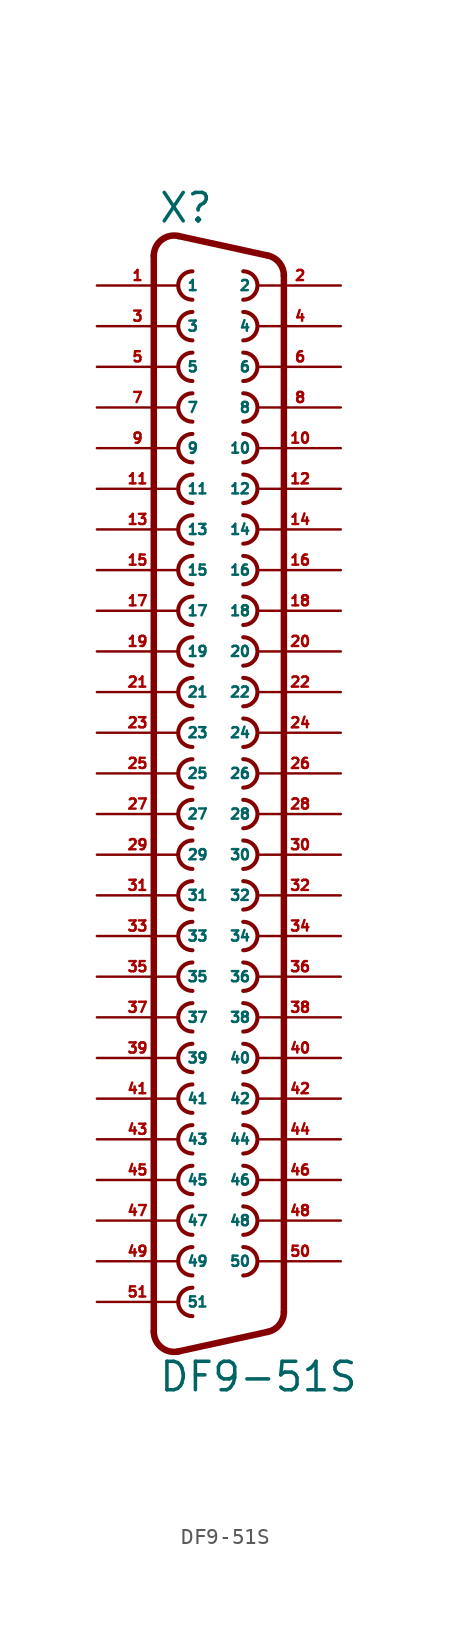
<source format=kicad_sym>
(kicad_symbol_lib
  (version 20220914)
  (generator Eagle2Kicad)
  (symbol "DF9-51S"
    (property "Reference" "X"
      (at -3.81 34.29 0)
      (effects (font (size 1.778 1.778) (thickness 0.22)) (justify left bottom)))
    (property "Value" "DF9-51S"
      (at -3.81 -38.735 0)
      (effects (font (size 1.778 1.778) (thickness 0.22)) (justify left bottom)))
    (arc
      (start -1.651 31.369)
      (mid -2.540 30.480)
      (end -1.651 29.591)
      (stroke (width 0.254) (type default))
      (fill (type none)))
    (arc
      (start 1.524 29.591)
      (mid 2.413 30.480)
      (end 1.524 31.369)
      (stroke (width 0.254) (type default))
      (fill (type none)))
    (arc
      (start -1.651 28.829)
      (mid -2.540 27.940)
      (end -1.651 27.051)
      (stroke (width 0.254) (type default))
      (fill (type none)))
    (arc
      (start 1.524 27.051)
      (mid 2.413 27.940)
      (end 1.524 28.829)
      (stroke (width 0.254) (type default))
      (fill (type none)))
    (arc
      (start -1.651 26.289)
      (mid -2.540 25.400)
      (end -1.651 24.511)
      (stroke (width 0.254) (type default))
      (fill (type none)))
    (arc
      (start 1.524 24.511)
      (mid 2.413 25.400)
      (end 1.524 26.289)
      (stroke (width 0.254) (type default))
      (fill (type none)))
    (arc
      (start -1.651 23.749)
      (mid -2.540 22.860)
      (end -1.651 21.971)
      (stroke (width 0.254) (type default))
      (fill (type none)))
    (arc
      (start 1.524 21.971)
      (mid 2.413 22.860)
      (end 1.524 23.749)
      (stroke (width 0.254) (type default))
      (fill (type none)))
    (arc
      (start -1.651 21.209)
      (mid -2.540 20.320)
      (end -1.651 19.431)
      (stroke (width 0.254) (type default))
      (fill (type none)))
    (arc
      (start 1.524 19.431)
      (mid 2.413 20.320)
      (end 1.524 21.209)
      (stroke (width 0.254) (type default))
      (fill (type none)))
    (arc
      (start -1.651 18.669)
      (mid -2.540 17.780)
      (end -1.651 16.891)
      (stroke (width 0.254) (type default))
      (fill (type none)))
    (arc
      (start 1.524 16.891)
      (mid 2.413 17.780)
      (end 1.524 18.669)
      (stroke (width 0.254) (type default))
      (fill (type none)))
    (arc
      (start -1.651 16.129)
      (mid -2.540 15.240)
      (end -1.651 14.351)
      (stroke (width 0.254) (type default))
      (fill (type none)))
    (arc
      (start 1.524 14.351)
      (mid 2.413 15.240)
      (end 1.524 16.129)
      (stroke (width 0.254) (type default))
      (fill (type none)))
    (arc
      (start -1.651 13.589)
      (mid -2.540 12.700)
      (end -1.651 11.811)
      (stroke (width 0.254) (type default))
      (fill (type none)))
    (arc
      (start 1.524 11.811)
      (mid 2.413 12.700)
      (end 1.524 13.589)
      (stroke (width 0.254) (type default))
      (fill (type none)))
    (arc
      (start -1.651 11.049)
      (mid -2.540 10.160)
      (end -1.651 9.271)
      (stroke (width 0.254) (type default))
      (fill (type none)))
    (arc
      (start 1.524 9.271)
      (mid 2.413 10.160)
      (end 1.524 11.049)
      (stroke (width 0.254) (type default))
      (fill (type none)))
    (arc
      (start -1.651 8.509)
      (mid -2.540 7.620)
      (end -1.651 6.731)
      (stroke (width 0.254) (type default))
      (fill (type none)))
    (arc
      (start 1.524 6.731)
      (mid 2.413 7.620)
      (end 1.524 8.509)
      (stroke (width 0.254) (type default))
      (fill (type none)))
    (arc
      (start -1.651 -6.731)
      (mid -2.540 -7.620)
      (end -1.651 -8.509)
      (stroke (width 0.254) (type default))
      (fill (type none)))
    (arc
      (start 1.524 -8.509)
      (mid 2.413 -7.620)
      (end 1.524 -6.731)
      (stroke (width 0.254) (type default))
      (fill (type none)))
    (arc
      (start -1.651 -9.271)
      (mid -2.540 -10.160)
      (end -1.651 -11.049)
      (stroke (width 0.254) (type default))
      (fill (type none)))
    (arc
      (start 1.524 -11.049)
      (mid 2.413 -10.160)
      (end 1.524 -9.271)
      (stroke (width 0.254) (type default))
      (fill (type none)))
    (arc
      (start -1.651 -11.811)
      (mid -2.540 -12.700)
      (end -1.651 -13.589)
      (stroke (width 0.254) (type default))
      (fill (type none)))
    (arc
      (start 1.524 -13.589)
      (mid 2.413 -12.700)
      (end 1.524 -11.811)
      (stroke (width 0.254) (type default))
      (fill (type none)))
    (arc
      (start -1.651 -14.351)
      (mid -2.540 -15.240)
      (end -1.651 -16.129)
      (stroke (width 0.254) (type default))
      (fill (type none)))
    (arc
      (start 1.524 -16.129)
      (mid 2.413 -15.240)
      (end 1.524 -14.351)
      (stroke (width 0.254) (type default))
      (fill (type none)))
    (arc
      (start -1.651 -16.891)
      (mid -2.540 -17.780)
      (end -1.651 -18.669)
      (stroke (width 0.254) (type default))
      (fill (type none)))
    (arc
      (start 1.524 -18.669)
      (mid 2.413 -17.780)
      (end 1.524 -16.891)
      (stroke (width 0.254) (type default))
      (fill (type none)))
    (arc
      (start -1.651 -19.431)
      (mid -2.540 -20.320)
      (end -1.651 -21.209)
      (stroke (width 0.254) (type default))
      (fill (type none)))
    (arc
      (start -2.5226 33.572)
      (mid -3.590 33.321)
      (end -4.064 32.3312)
      (stroke (width 0.4064) (type default))
      (fill (type none)))
    (polyline
      (pts (xy -2.523 33.572) (xy 3.065 32.349))
      (stroke (width 0.406) (type default))
      (fill (type none)))
    (arc
      (start 4.0642 31.1088)
      (mid 3.783 31.905)
      (end 3.0654 32.3495)
      (stroke (width 0.4064) (type default))
      (fill (type none)))
    (polyline
      (pts (xy 4.064 -33.649) (xy 4.064 31.109))
      (stroke (width 0.406) (type default))
      (fill (type none)))
    (arc
      (start 3.0654 -34.8894)
      (mid 3.783 -34.445)
      (end 4.064 -33.6488)
      (stroke (width 0.4064) (type default))
      (fill (type none)))
    (polyline
      (pts (xy -4.064 -34.871) (xy -4.064 32.331))
      (stroke (width 0.406) (type default))
      (fill (type none)))
    (polyline
      (pts (xy -2.523 -36.112) (xy 3.065 -34.889))
      (stroke (width 0.406) (type default))
      (fill (type none)))
    (arc
      (start -4.064 -34.8712)
      (mid -3.590 -35.861)
      (end -2.5226 -36.1119)
      (stroke (width 0.4064) (type default))
      (fill (type none)))
    (arc
      (start -1.651 5.969)
      (mid -2.540 5.080)
      (end -1.651 4.191)
      (stroke (width 0.254) (type default))
      (fill (type none)))
    (arc
      (start -1.651 3.429)
      (mid -2.540 2.540)
      (end -1.651 1.651)
      (stroke (width 0.254) (type default))
      (fill (type none)))
    (arc
      (start -1.651 0.889)
      (mid -2.540 0.000)
      (end -1.651 -0.889)
      (stroke (width 0.254) (type default))
      (fill (type none)))
    (arc
      (start -1.651 -1.651)
      (mid -2.540 -2.540)
      (end -1.651 -3.429)
      (stroke (width 0.254) (type default))
      (fill (type none)))
    (arc
      (start -1.651 -4.191)
      (mid -2.540 -5.080)
      (end -1.651 -5.969)
      (stroke (width 0.254) (type default))
      (fill (type none)))
    (arc
      (start 1.524 4.191)
      (mid 2.413 5.080)
      (end 1.524 5.969)
      (stroke (width 0.254) (type default))
      (fill (type none)))
    (arc
      (start 1.524 1.651)
      (mid 2.413 2.540)
      (end 1.524 3.429)
      (stroke (width 0.254) (type default))
      (fill (type none)))
    (arc
      (start 1.524 -3.429)
      (mid 2.413 -2.540)
      (end 1.524 -1.651)
      (stroke (width 0.254) (type default))
      (fill (type none)))
    (arc
      (start 1.524 -5.969)
      (mid 2.413 -5.080)
      (end 1.524 -4.191)
      (stroke (width 0.254) (type default))
      (fill (type none)))
    (arc
      (start 1.524 -0.889)
      (mid 2.413 0.000)
      (end 1.524 0.889)
      (stroke (width 0.254) (type default))
      (fill (type none)))
    (arc
      (start 1.524 -21.209)
      (mid 2.413 -20.320)
      (end 1.524 -19.431)
      (stroke (width 0.254) (type default))
      (fill (type none)))
    (arc
      (start -1.651 -21.971)
      (mid -2.540 -22.860)
      (end -1.651 -23.749)
      (stroke (width 0.254) (type default))
      (fill (type none)))
    (arc
      (start 1.524 -23.749)
      (mid 2.413 -22.860)
      (end 1.524 -21.971)
      (stroke (width 0.254) (type default))
      (fill (type none)))
    (arc
      (start -1.651 -24.511)
      (mid -2.540 -25.400)
      (end -1.651 -26.289)
      (stroke (width 0.254) (type default))
      (fill (type none)))
    (arc
      (start 1.524 -26.289)
      (mid 2.413 -25.400)
      (end 1.524 -24.511)
      (stroke (width 0.254) (type default))
      (fill (type none)))
    (arc
      (start -1.651 -27.051)
      (mid -2.540 -27.940)
      (end -1.651 -28.829)
      (stroke (width 0.254) (type default))
      (fill (type none)))
    (arc
      (start 1.524 -28.829)
      (mid 2.413 -27.940)
      (end 1.524 -27.051)
      (stroke (width 0.254) (type default))
      (fill (type none)))
    (arc
      (start -1.651 -29.591)
      (mid -2.540 -30.480)
      (end -1.651 -31.369)
      (stroke (width 0.254) (type default))
      (fill (type none)))
    (arc
      (start 1.524 -31.369)
      (mid 2.413 -30.480)
      (end 1.524 -29.591)
      (stroke (width 0.254) (type default))
      (fill (type none)))
    (arc
      (start -1.651 -32.131)
      (mid -2.540 -33.020)
      (end -1.651 -33.909)
      (stroke (width 0.254) (type default))
      (fill (type none)))
    (pin passive line
      (at -7.62 30.48 0)
      (length 5.08)
      (name "1" (effects (font (size 0.635 0.635) (thickness 0.08)) (justify left bottom)))
      (number "1" (effects (font (size 0.635 0.635) (thickness 0.08)) (justify left bottom))))
    (pin passive line
      (at 7.62 30.48 180)
      (length 5.08)
      (name "2" (effects (font (size 0.635 0.635) (thickness 0.08)) (justify left bottom)))
      (number "2" (effects (font (size 0.635 0.635) (thickness 0.08)) (justify left bottom))))
    (pin passive line
      (at -7.62 27.94 0)
      (length 5.08)
      (name "3" (effects (font (size 0.635 0.635) (thickness 0.08)) (justify left bottom)))
      (number "3" (effects (font (size 0.635 0.635) (thickness 0.08)) (justify left bottom))))
    (pin passive line
      (at 7.62 27.94 180)
      (length 5.08)
      (name "4" (effects (font (size 0.635 0.635) (thickness 0.08)) (justify left bottom)))
      (number "4" (effects (font (size 0.635 0.635) (thickness 0.08)) (justify left bottom))))
    (pin passive line
      (at -7.62 25.4 0)
      (length 5.08)
      (name "5" (effects (font (size 0.635 0.635) (thickness 0.08)) (justify left bottom)))
      (number "5" (effects (font (size 0.635 0.635) (thickness 0.08)) (justify left bottom))))
    (pin passive line
      (at 7.62 25.4 180)
      (length 5.08)
      (name "6" (effects (font (size 0.635 0.635) (thickness 0.08)) (justify left bottom)))
      (number "6" (effects (font (size 0.635 0.635) (thickness 0.08)) (justify left bottom))))
    (pin passive line
      (at -7.62 22.86 0)
      (length 5.08)
      (name "7" (effects (font (size 0.635 0.635) (thickness 0.08)) (justify left bottom)))
      (number "7" (effects (font (size 0.635 0.635) (thickness 0.08)) (justify left bottom))))
    (pin passive line
      (at 7.62 22.86 180)
      (length 5.08)
      (name "8" (effects (font (size 0.635 0.635) (thickness 0.08)) (justify left bottom)))
      (number "8" (effects (font (size 0.635 0.635) (thickness 0.08)) (justify left bottom))))
    (pin passive line
      (at -7.62 20.32 0)
      (length 5.08)
      (name "9" (effects (font (size 0.635 0.635) (thickness 0.08)) (justify left bottom)))
      (number "9" (effects (font (size 0.635 0.635) (thickness 0.08)) (justify left bottom))))
    (pin passive line
      (at 7.62 20.32 180)
      (length 5.08)
      (name "10" (effects (font (size 0.635 0.635) (thickness 0.08)) (justify left bottom)))
      (number "10" (effects (font (size 0.635 0.635) (thickness 0.08)) (justify left bottom))))
    (pin passive line
      (at -7.62 17.78 0)
      (length 5.08)
      (name "11" (effects (font (size 0.635 0.635) (thickness 0.08)) (justify left bottom)))
      (number "11" (effects (font (size 0.635 0.635) (thickness 0.08)) (justify left bottom))))
    (pin passive line
      (at 7.62 17.78 180)
      (length 5.08)
      (name "12" (effects (font (size 0.635 0.635) (thickness 0.08)) (justify left bottom)))
      (number "12" (effects (font (size 0.635 0.635) (thickness 0.08)) (justify left bottom))))
    (pin passive line
      (at -7.62 15.24 0)
      (length 5.08)
      (name "13" (effects (font (size 0.635 0.635) (thickness 0.08)) (justify left bottom)))
      (number "13" (effects (font (size 0.635 0.635) (thickness 0.08)) (justify left bottom))))
    (pin passive line
      (at 7.62 15.24 180)
      (length 5.08)
      (name "14" (effects (font (size 0.635 0.635) (thickness 0.08)) (justify left bottom)))
      (number "14" (effects (font (size 0.635 0.635) (thickness 0.08)) (justify left bottom))))
    (pin passive line
      (at -7.62 12.7 0)
      (length 5.08)
      (name "15" (effects (font (size 0.635 0.635) (thickness 0.08)) (justify left bottom)))
      (number "15" (effects (font (size 0.635 0.635) (thickness 0.08)) (justify left bottom))))
    (pin passive line
      (at 7.62 12.7 180)
      (length 5.08)
      (name "16" (effects (font (size 0.635 0.635) (thickness 0.08)) (justify left bottom)))
      (number "16" (effects (font (size 0.635 0.635) (thickness 0.08)) (justify left bottom))))
    (pin passive line
      (at -7.62 10.16 0)
      (length 5.08)
      (name "17" (effects (font (size 0.635 0.635) (thickness 0.08)) (justify left bottom)))
      (number "17" (effects (font (size 0.635 0.635) (thickness 0.08)) (justify left bottom))))
    (pin passive line
      (at 7.62 10.16 180)
      (length 5.08)
      (name "18" (effects (font (size 0.635 0.635) (thickness 0.08)) (justify left bottom)))
      (number "18" (effects (font (size 0.635 0.635) (thickness 0.08)) (justify left bottom))))
    (pin passive line
      (at -7.62 7.62 0)
      (length 5.08)
      (name "19" (effects (font (size 0.635 0.635) (thickness 0.08)) (justify left bottom)))
      (number "19" (effects (font (size 0.635 0.635) (thickness 0.08)) (justify left bottom))))
    (pin passive line
      (at 7.62 7.62 180)
      (length 5.08)
      (name "20" (effects (font (size 0.635 0.635) (thickness 0.08)) (justify left bottom)))
      (number "20" (effects (font (size 0.635 0.635) (thickness 0.08)) (justify left bottom))))
    (pin passive line
      (at -7.62 -7.62 0)
      (length 5.08)
      (name "31" (effects (font (size 0.635 0.635) (thickness 0.08)) (justify left bottom)))
      (number "31" (effects (font (size 0.635 0.635) (thickness 0.08)) (justify left bottom))))
    (pin passive line
      (at 7.62 -7.62 180)
      (length 5.08)
      (name "32" (effects (font (size 0.635 0.635) (thickness 0.08)) (justify left bottom)))
      (number "32" (effects (font (size 0.635 0.635) (thickness 0.08)) (justify left bottom))))
    (pin passive line
      (at -7.62 -10.16 0)
      (length 5.08)
      (name "33" (effects (font (size 0.635 0.635) (thickness 0.08)) (justify left bottom)))
      (number "33" (effects (font (size 0.635 0.635) (thickness 0.08)) (justify left bottom))))
    (pin passive line
      (at 7.62 -10.16 180)
      (length 5.08)
      (name "34" (effects (font (size 0.635 0.635) (thickness 0.08)) (justify left bottom)))
      (number "34" (effects (font (size 0.635 0.635) (thickness 0.08)) (justify left bottom))))
    (pin passive line
      (at -7.62 -12.7 0)
      (length 5.08)
      (name "35" (effects (font (size 0.635 0.635) (thickness 0.08)) (justify left bottom)))
      (number "35" (effects (font (size 0.635 0.635) (thickness 0.08)) (justify left bottom))))
    (pin passive line
      (at 7.62 -12.7 180)
      (length 5.08)
      (name "36" (effects (font (size 0.635 0.635) (thickness 0.08)) (justify left bottom)))
      (number "36" (effects (font (size 0.635 0.635) (thickness 0.08)) (justify left bottom))))
    (pin passive line
      (at -7.62 -15.24 0)
      (length 5.08)
      (name "37" (effects (font (size 0.635 0.635) (thickness 0.08)) (justify left bottom)))
      (number "37" (effects (font (size 0.635 0.635) (thickness 0.08)) (justify left bottom))))
    (pin passive line
      (at 7.62 -15.24 180)
      (length 5.08)
      (name "38" (effects (font (size 0.635 0.635) (thickness 0.08)) (justify left bottom)))
      (number "38" (effects (font (size 0.635 0.635) (thickness 0.08)) (justify left bottom))))
    (pin passive line
      (at -7.62 -17.78 0)
      (length 5.08)
      (name "39" (effects (font (size 0.635 0.635) (thickness 0.08)) (justify left bottom)))
      (number "39" (effects (font (size 0.635 0.635) (thickness 0.08)) (justify left bottom))))
    (pin passive line
      (at 7.62 -17.78 180)
      (length 5.08)
      (name "40" (effects (font (size 0.635 0.635) (thickness 0.08)) (justify left bottom)))
      (number "40" (effects (font (size 0.635 0.635) (thickness 0.08)) (justify left bottom))))
    (pin passive line
      (at -7.62 -20.32 0)
      (length 5.08)
      (name "41" (effects (font (size 0.635 0.635) (thickness 0.08)) (justify left bottom)))
      (number "41" (effects (font (size 0.635 0.635) (thickness 0.08)) (justify left bottom))))
    (pin passive line
      (at -7.62 -5.08 0)
      (length 5.08)
      (name "29" (effects (font (size 0.635 0.635) (thickness 0.08)) (justify left bottom)))
      (number "29" (effects (font (size 0.635 0.635) (thickness 0.08)) (justify left bottom))))
    (pin passive line
      (at -7.62 -2.54 0)
      (length 5.08)
      (name "27" (effects (font (size 0.635 0.635) (thickness 0.08)) (justify left bottom)))
      (number "27" (effects (font (size 0.635 0.635) (thickness 0.08)) (justify left bottom))))
    (pin passive line
      (at -7.62 0 0)
      (length 5.08)
      (name "25" (effects (font (size 0.635 0.635) (thickness 0.08)) (justify left bottom)))
      (number "25" (effects (font (size 0.635 0.635) (thickness 0.08)) (justify left bottom))))
    (pin passive line
      (at -7.62 2.54 0)
      (length 5.08)
      (name "23" (effects (font (size 0.635 0.635) (thickness 0.08)) (justify left bottom)))
      (number "23" (effects (font (size 0.635 0.635) (thickness 0.08)) (justify left bottom))))
    (pin passive line
      (at -7.62 5.08 0)
      (length 5.08)
      (name "21" (effects (font (size 0.635 0.635) (thickness 0.08)) (justify left bottom)))
      (number "21" (effects (font (size 0.635 0.635) (thickness 0.08)) (justify left bottom))))
    (pin passive line
      (at 7.62 5.08 180)
      (length 5.08)
      (name "22" (effects (font (size 0.635 0.635) (thickness 0.08)) (justify left bottom)))
      (number "22" (effects (font (size 0.635 0.635) (thickness 0.08)) (justify left bottom))))
    (pin passive line
      (at 7.62 2.54 180)
      (length 5.08)
      (name "24" (effects (font (size 0.635 0.635) (thickness 0.08)) (justify left bottom)))
      (number "24" (effects (font (size 0.635 0.635) (thickness 0.08)) (justify left bottom))))
    (pin passive line
      (at 7.62 0 180)
      (length 5.08)
      (name "26" (effects (font (size 0.635 0.635) (thickness 0.08)) (justify left bottom)))
      (number "26" (effects (font (size 0.635 0.635) (thickness 0.08)) (justify left bottom))))
    (pin passive line
      (at 7.62 -2.54 180)
      (length 5.08)
      (name "28" (effects (font (size 0.635 0.635) (thickness 0.08)) (justify left bottom)))
      (number "28" (effects (font (size 0.635 0.635) (thickness 0.08)) (justify left bottom))))
    (pin passive line
      (at 7.62 -5.08 180)
      (length 5.08)
      (name "30" (effects (font (size 0.635 0.635) (thickness 0.08)) (justify left bottom)))
      (number "30" (effects (font (size 0.635 0.635) (thickness 0.08)) (justify left bottom))))
    (pin passive line
      (at 7.62 -20.32 180)
      (length 5.08)
      (name "42" (effects (font (size 0.635 0.635) (thickness 0.08)) (justify left bottom)))
      (number "42" (effects (font (size 0.635 0.635) (thickness 0.08)) (justify left bottom))))
    (pin passive line
      (at -7.62 -22.86 0)
      (length 5.08)
      (name "43" (effects (font (size 0.635 0.635) (thickness 0.08)) (justify left bottom)))
      (number "43" (effects (font (size 0.635 0.635) (thickness 0.08)) (justify left bottom))))
    (pin passive line
      (at 7.62 -22.86 180)
      (length 5.08)
      (name "44" (effects (font (size 0.635 0.635) (thickness 0.08)) (justify left bottom)))
      (number "44" (effects (font (size 0.635 0.635) (thickness 0.08)) (justify left bottom))))
    (pin passive line
      (at -7.62 -25.4 0)
      (length 5.08)
      (name "45" (effects (font (size 0.635 0.635) (thickness 0.08)) (justify left bottom)))
      (number "45" (effects (font (size 0.635 0.635) (thickness 0.08)) (justify left bottom))))
    (pin passive line
      (at 7.62 -25.4 180)
      (length 5.08)
      (name "46" (effects (font (size 0.635 0.635) (thickness 0.08)) (justify left bottom)))
      (number "46" (effects (font (size 0.635 0.635) (thickness 0.08)) (justify left bottom))))
    (pin passive line
      (at -7.62 -27.94 0)
      (length 5.08)
      (name "47" (effects (font (size 0.635 0.635) (thickness 0.08)) (justify left bottom)))
      (number "47" (effects (font (size 0.635 0.635) (thickness 0.08)) (justify left bottom))))
    (pin passive line
      (at 7.62 -27.94 180)
      (length 5.08)
      (name "48" (effects (font (size 0.635 0.635) (thickness 0.08)) (justify left bottom)))
      (number "48" (effects (font (size 0.635 0.635) (thickness 0.08)) (justify left bottom))))
    (pin passive line
      (at -7.62 -30.48 0)
      (length 5.08)
      (name "49" (effects (font (size 0.635 0.635) (thickness 0.08)) (justify left bottom)))
      (number "49" (effects (font (size 0.635 0.635) (thickness 0.08)) (justify left bottom))))
    (pin passive line
      (at 7.62 -30.48 180)
      (length 5.08)
      (name "50" (effects (font (size 0.635 0.635) (thickness 0.08)) (justify left bottom)))
      (number "50" (effects (font (size 0.635 0.635) (thickness 0.08)) (justify left bottom))))
    (pin passive line
      (at -7.62 -33.02 0)
      (length 5.08)
      (name "51" (effects (font (size 0.635 0.635) (thickness 0.08)) (justify left bottom)))
      (number "51" (effects (font (size 0.635 0.635) (thickness 0.08)) (justify left bottom))))))
</source>
